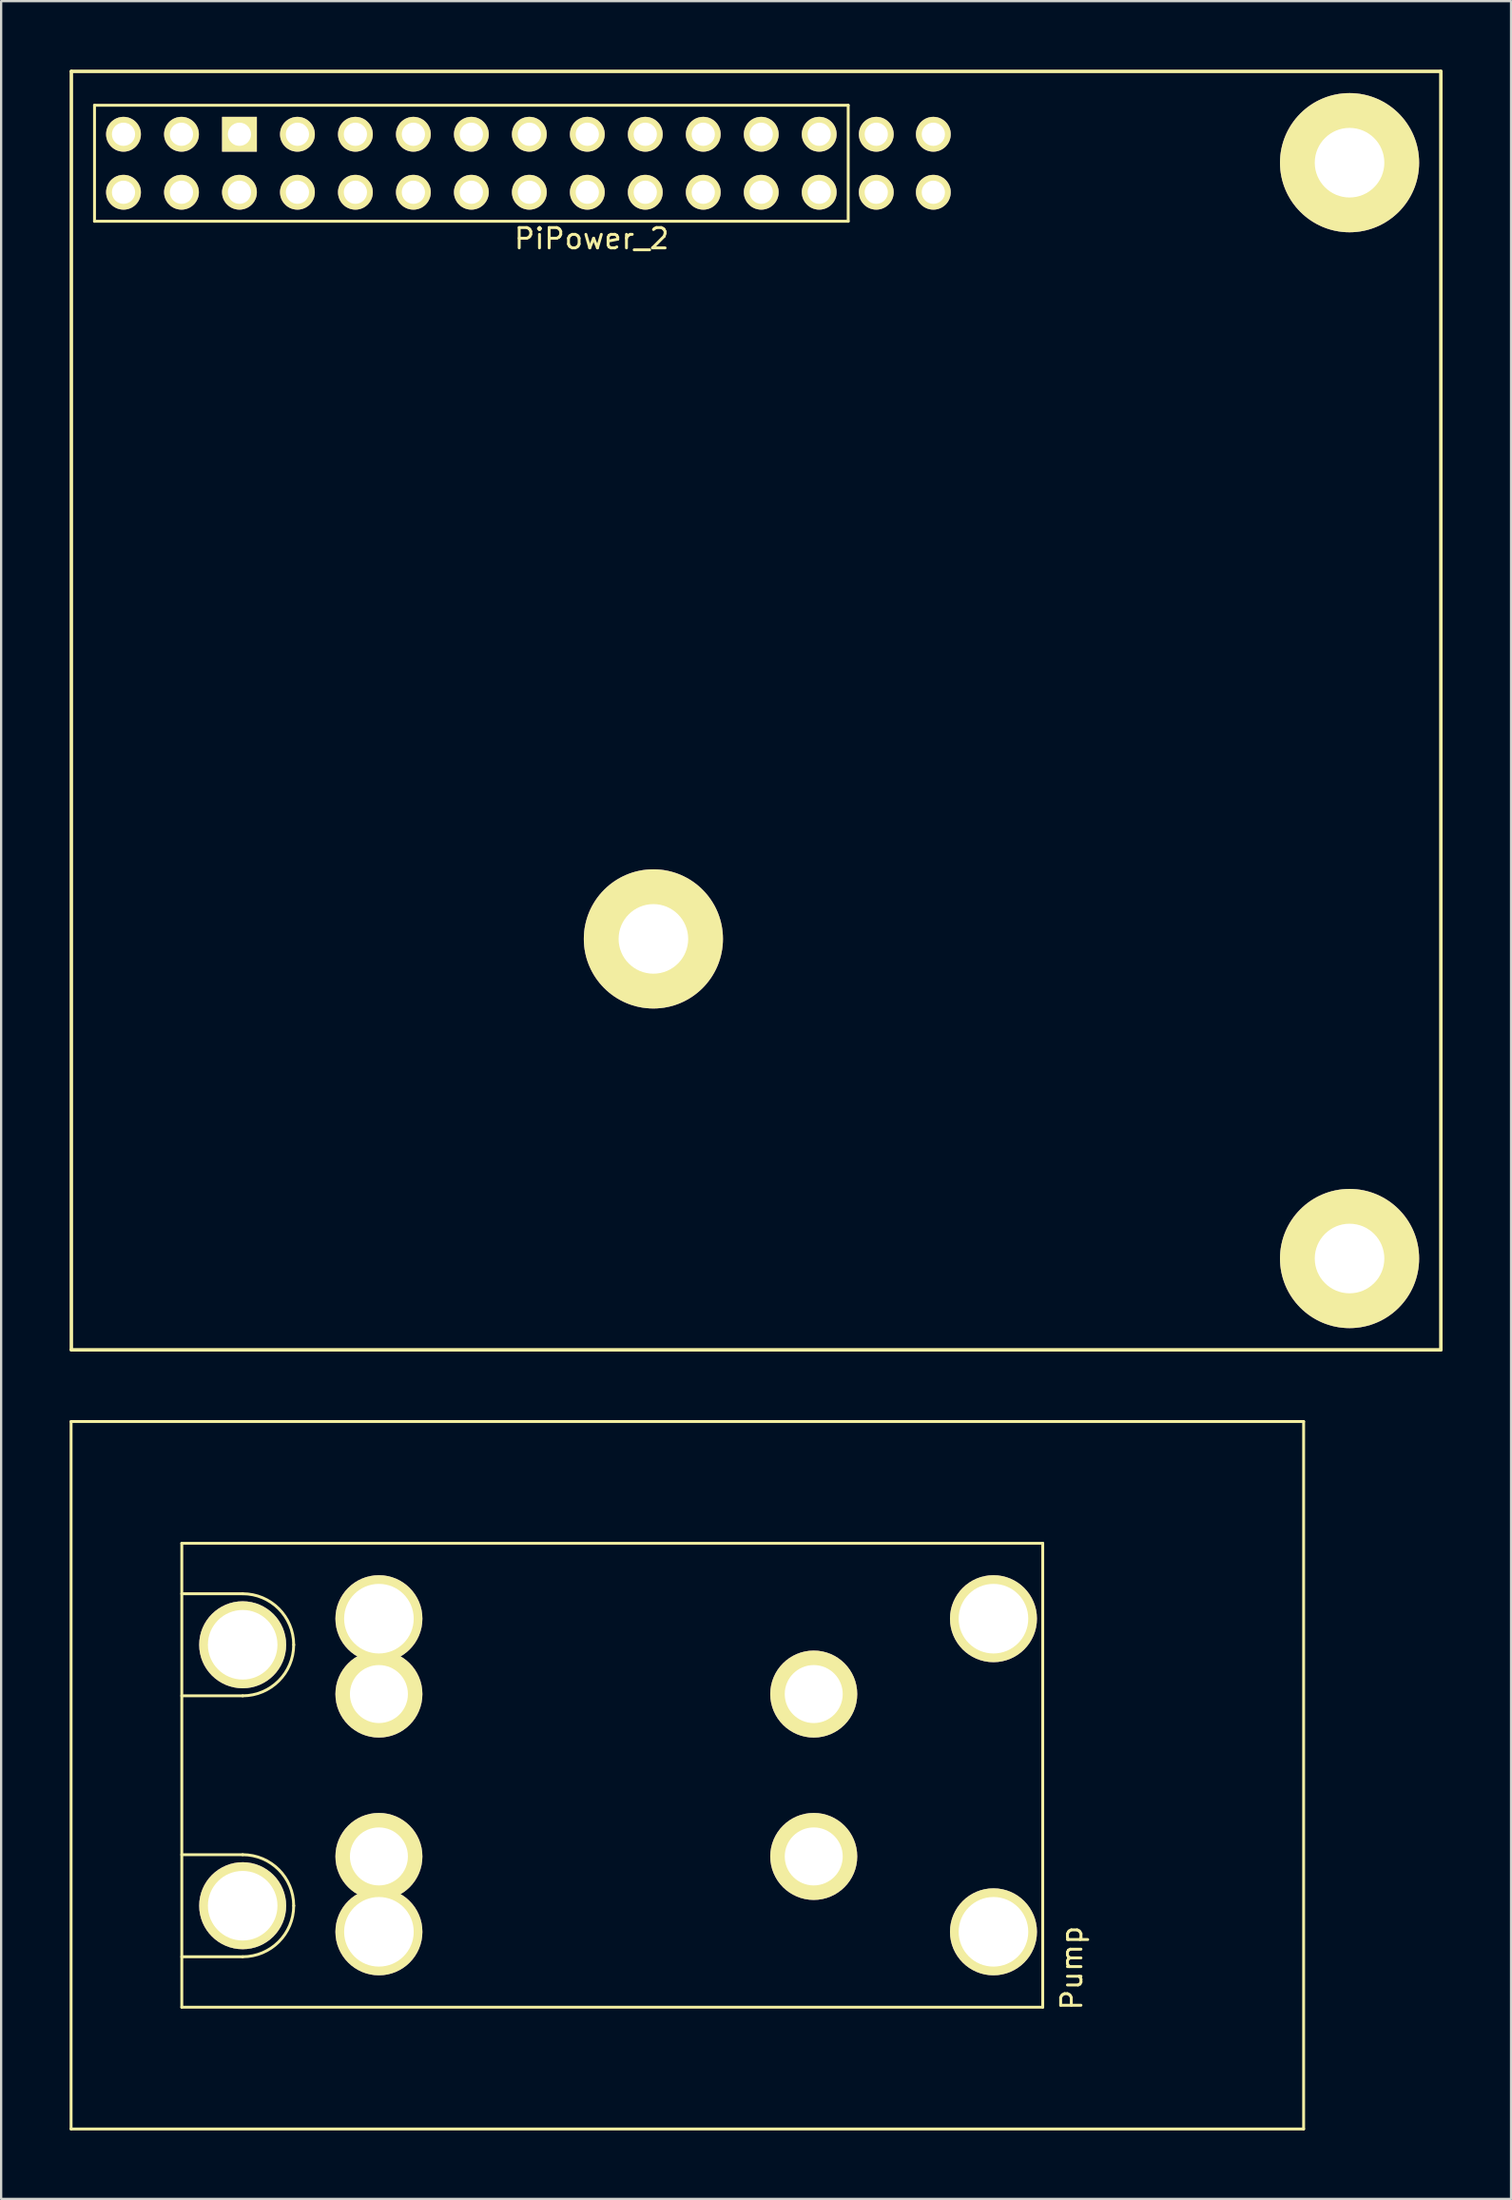
<source format=kicad_pcb>
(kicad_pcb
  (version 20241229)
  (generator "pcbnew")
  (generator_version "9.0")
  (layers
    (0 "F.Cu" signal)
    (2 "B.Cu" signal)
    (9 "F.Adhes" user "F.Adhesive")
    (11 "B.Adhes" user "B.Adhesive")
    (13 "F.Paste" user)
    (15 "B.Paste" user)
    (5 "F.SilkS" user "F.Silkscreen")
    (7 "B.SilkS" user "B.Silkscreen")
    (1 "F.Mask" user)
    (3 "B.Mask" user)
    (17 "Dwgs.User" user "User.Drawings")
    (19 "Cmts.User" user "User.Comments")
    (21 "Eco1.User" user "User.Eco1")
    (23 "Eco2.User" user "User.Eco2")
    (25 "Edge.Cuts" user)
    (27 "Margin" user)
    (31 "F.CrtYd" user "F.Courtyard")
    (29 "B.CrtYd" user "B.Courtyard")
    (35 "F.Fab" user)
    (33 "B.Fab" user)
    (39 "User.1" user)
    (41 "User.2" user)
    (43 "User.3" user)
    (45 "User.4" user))
  (footprint "PiPower_2"
    (layer "F.Cu")
    (at 17.601 4.101)
    (property "Reference" "PiPower_2" (at 5.271 3.302 0) (layer "F.SilkS") (effects (font (size 0.889 0.889) (thickness 0.127))))
    (attr smd)
    (fp_line (start -17.525 -4.025) (end 42.475 -4.025) (stroke (width 0.152) (type solid)) (layer "F.SilkS"))
    (fp_line (start -17.525 51.975) (end -17.525 -4.025) (stroke (width 0.152) (type solid)) (layer "F.SilkS"))
    (fp_line (start -16.51 -2.54) (end -16.51 2.54) (stroke (width 0.127) (type solid)) (layer "F.SilkS"))
    (fp_line (start -16.51 2.54) (end 16.51 2.54) (stroke (width 0.127) (type solid)) (layer "F.SilkS"))
    (fp_line (start 16.51 -2.54) (end -16.51 -2.54) (stroke (width 0.127) (type solid)) (layer "F.SilkS"))
    (fp_line (start 16.51 2.54) (end 16.51 -2.54) (stroke (width 0.127) (type solid)) (layer "F.SilkS"))
    (fp_line (start 42.475 -4.025) (end 42.475 51.975) (stroke (width 0.152) (type solid)) (layer "F.SilkS"))
    (fp_line (start 42.475 51.975) (end -17.525 51.975) (stroke (width 0.152) (type solid)) (layer "F.SilkS"))
    (pad "" thru_hole circle (at 7.975 33.975) (size 6.096 6.096) (drill 3.048) (layers "*.Cu" "*.Mask" "F.SilkS"))
    (pad "" thru_hole circle (at 38.475 -0.025) (size 6.096 6.096) (drill 3.048) (layers "*.Cu" "*.Mask" "F.SilkS"))
    (pad "" thru_hole circle (at 38.475 47.975) (size 6.096 6.096) (drill 3.048) (layers "*.Cu" "*.Mask" "F.SilkS"))
    (pad "1" thru_hole circle (at -15.24 1.27) (size 1.524 1.524) (drill 1.016) (layers "*.Cu" "*.Mask" "F.SilkS"))
    (pad "2" thru_hole circle (at -15.24 -1.27) (size 1.524 1.524) (drill 1.016) (layers "*.Cu" "*.Mask" "F.SilkS"))
    (pad "3" thru_hole circle (at -12.7 1.27) (size 1.524 1.524) (drill 1.016) (layers "*.Cu" "*.Mask" "F.SilkS"))
    (pad "4" thru_hole circle (at -12.7 -1.27) (size 1.524 1.524) (drill 1.016) (layers "*.Cu" "*.Mask" "F.SilkS"))
    (pad "5" thru_hole circle (at -10.16 1.27) (size 1.524 1.524) (drill 1.016) (layers "*.Cu" "*.Mask" "F.SilkS"))
    (pad "6" thru_hole rect (at -10.16 -1.27) (size 1.524 1.524) (drill 1.016) (layers "*.Cu" "*.Mask" "F.SilkS"))
    (pad "7" thru_hole circle (at -7.62 1.27) (size 1.524 1.524) (drill 1.016) (layers "*.Cu" "*.Mask" "F.SilkS"))
    (pad "8" thru_hole circle (at -7.62 -1.27) (size 1.524 1.524) (drill 1.016) (layers "*.Cu" "*.Mask" "F.SilkS"))
    (pad "9" thru_hole circle (at -5.08 1.27) (size 1.524 1.524) (drill 1.016) (layers "*.Cu" "*.Mask" "F.SilkS"))
    (pad "10" thru_hole circle (at -5.08 -1.27) (size 1.524 1.524) (drill 1.016) (layers "*.Cu" "*.Mask" "F.SilkS"))
    (pad "11" thru_hole circle (at -2.54 1.27) (size 1.524 1.524) (drill 1.016) (layers "*.Cu" "*.Mask" "F.SilkS"))
    (pad "12" thru_hole circle (at -2.54 -1.27) (size 1.524 1.524) (drill 1.016) (layers "*.Cu" "*.Mask" "F.SilkS"))
    (pad "13" thru_hole circle (at 0 1.27) (size 1.524 1.524) (drill 1.016) (layers "*.Cu" "*.Mask" "F.SilkS"))
    (pad "14" thru_hole circle (at 0 -1.27) (size 1.524 1.524) (drill 1.016) (layers "*.Cu" "*.Mask" "F.SilkS"))
    (pad "15" thru_hole circle (at 2.54 1.27) (size 1.524 1.524) (drill 1.016) (layers "*.Cu" "*.Mask" "F.SilkS"))
    (pad "16" thru_hole circle (at 2.54 -1.27) (size 1.524 1.524) (drill 1.016) (layers "*.Cu" "*.Mask" "F.SilkS"))
    (pad "17" thru_hole circle (at 5.08 1.27) (size 1.524 1.524) (drill 1.016) (layers "*.Cu" "*.Mask" "F.SilkS"))
    (pad "18" thru_hole circle (at 5.08 -1.27) (size 1.524 1.524) (drill 1.016) (layers "*.Cu" "*.Mask" "F.SilkS"))
    (pad "19" thru_hole circle (at 7.62 1.27) (size 1.524 1.524) (drill 1.016) (layers "*.Cu" "*.Mask" "F.SilkS"))
    (pad "20" thru_hole circle (at 7.62 -1.27) (size 1.524 1.524) (drill 1.016) (layers "*.Cu" "*.Mask" "F.SilkS"))
    (pad "21" thru_hole circle (at 10.16 1.27) (size 1.524 1.524) (drill 1.016) (layers "*.Cu" "*.Mask" "F.SilkS"))
    (pad "22" thru_hole circle (at 10.16 -1.27) (size 1.524 1.524) (drill 1.016) (layers "*.Cu" "*.Mask" "F.SilkS"))
    (pad "23" thru_hole circle (at 12.7 1.27) (size 1.524 1.524) (drill 1.016) (layers "*.Cu" "*.Mask" "F.SilkS"))
    (pad "24" thru_hole circle (at 12.7 -1.27) (size 1.524 1.524) (drill 1.016) (layers "*.Cu" "*.Mask" "F.SilkS"))
    (pad "25" thru_hole circle (at 15.24 1.27) (size 1.524 1.524) (drill 1.016) (layers "*.Cu" "*.Mask" "F.SilkS"))
    (pad "26" thru_hole circle (at 15.24 -1.27) (size 1.524 1.524) (drill 1.016) (layers "*.Cu" "*.Mask" "F.SilkS"))
    (pad "27" thru_hole circle (at 17.74 1.27) (size 1.524 1.524) (drill 1.016) (layers "*.Cu" "*.Mask" "F.SilkS"))
    (pad "28" thru_hole circle (at 17.74 -1.27) (size 1.524 1.524) (drill 1.016) (layers "*.Cu" "*.Mask" "F.SilkS"))
    (pad "29" thru_hole circle (at 20.24 1.27) (size 1.524 1.524) (drill 1.016) (layers "*.Cu" "*.Mask" "F.SilkS"))
    (pad "30" thru_hole circle (at 20.24 -1.27) (size 1.524 1.524) (drill 1.016) (layers "*.Cu" "*.Mask" "F.SilkS")))
  (footprint "Pump"
    (layer "F.Cu")
    (at 13.551 74.71)
    (property "Reference" "Pump" (at 30.353 8.445 90) (layer "F.SilkS") (effects (font (size 0.889 0.889) (thickness 0.127))))
    (attr smd)
    (fp_line (start -13.487 -15.494) (end -13.487 15.494) (stroke (width 0.127) (type solid)) (layer "F.SilkS"))
    (fp_line (start -13.487 -15.494) (end 40.513 -15.494) (stroke (width 0.127) (type solid)) (layer "F.SilkS"))
    (fp_line (start -8.636 -10.16) (end 29.083 -10.16) (stroke (width 0.127) (type solid)) (layer "F.SilkS"))
    (fp_line (start -8.636 3.48) (end -5.969 3.48) (stroke (width 0.127) (type solid)) (layer "F.SilkS"))
    (fp_line (start -8.636 10.16) (end -8.636 -10.16) (stroke (width 0.127) (type solid)) (layer "F.SilkS"))
    (fp_line (start -5.969 -7.95) (end -8.636 -7.95) (stroke (width 0.127) (type solid)) (layer "F.SilkS"))
    (fp_line (start -5.969 -3.48) (end -8.636 -3.48) (stroke (width 0.127) (type solid)) (layer "F.SilkS"))
    (fp_line (start -5.969 7.95) (end -8.636 7.95) (stroke (width 0.127) (type solid)) (layer "F.SilkS"))
    (fp_line (start 29.083 -10.16) (end 29.083 10.16) (stroke (width 0.127) (type solid)) (layer "F.SilkS"))
    (fp_line (start 29.083 10.16) (end -8.636 10.16) (stroke (width 0.127) (type solid)) (layer "F.SilkS"))
    (fp_line (start 40.513 -15.494) (end 40.513 15.494) (stroke (width 0.127) (type solid)) (layer "F.SilkS"))
    (fp_line (start 40.513 15.494) (end -13.487 15.494) (stroke (width 0.127) (type solid)) (layer "F.SilkS"))
    (fp_arc (start -5.969 -7.9502) (mid -4.388475 -7.295525) (end -3.7338 -5.715) (stroke (width 0.127) (type solid)) (layer "F.SilkS"))
    (fp_arc (start -5.969 3.4798) (mid -4.388475 4.134475) (end -3.7338 5.715) (stroke (width 0.127) (type solid)) (layer "F.SilkS"))
    (fp_arc (start -3.7338 -5.715) (mid -4.388475 -4.134475) (end -5.969 -3.4798) (stroke (width 0.127) (type solid)) (layer "F.SilkS"))
    (fp_arc (start -3.7338 5.715) (mid -4.388475 7.295525) (end -5.969 7.9502) (stroke (width 0.127) (type solid)) (layer "F.SilkS"))
    (pad "1" thru_hole circle (at 0 -6.858) (size 3.81 3.81) (drill 3.048) (layers "*.Cu" "*.Mask" "F.SilkS"))
    (pad "1" thru_hole circle (at 0 -3.556) (size 3.81 3.81) (drill 2.54) (layers "*.Cu" "*.Mask" "F.SilkS"))
    (pad "2" thru_hole circle (at 0 3.556) (size 3.81 3.81) (drill 2.54) (layers "*.Cu" "*.Mask" "F.SilkS"))
    (pad "2" thru_hole circle (at 0 6.858) (size 3.81 3.81) (drill 3.048) (layers "*.Cu" "*.Mask" "F.SilkS"))
    (pad "3" thru_hole circle (at 19.05 3.556) (size 3.81 3.81) (drill 2.54) (layers "*.Cu" "*.Mask" "F.SilkS"))
    (pad "3" thru_hole circle (at 26.924 6.858) (size 3.81 3.81) (drill 3.048) (layers "*.Cu" "*.Mask" "F.SilkS"))
    (pad "4" thru_hole circle (at 19.05 -3.556) (size 3.81 3.81) (drill 2.54) (layers "*.Cu" "*.Mask" "F.SilkS"))
    (pad "4" thru_hole circle (at 26.924 -6.858) (size 3.81 3.81) (drill 3.048) (layers "*.Cu" "*.Mask" "F.SilkS"))
    (pad "5" thru_hole circle (at -5.969 -5.715) (size 3.81 3.81) (drill 3.048) (layers "*.Cu" "*.Mask" "F.SilkS"))
    (pad "6" thru_hole circle (at -5.969 5.715) (size 3.81 3.81) (drill 3.048) (layers "*.Cu" "*.Mask" "F.SilkS")))
  (gr_rect
    (start -3 -3)
    (end 63.152 93.267)
    (stroke (width 0.1) (type default))
    (fill no)
    (layer "Edge.Cuts")))
</source>
